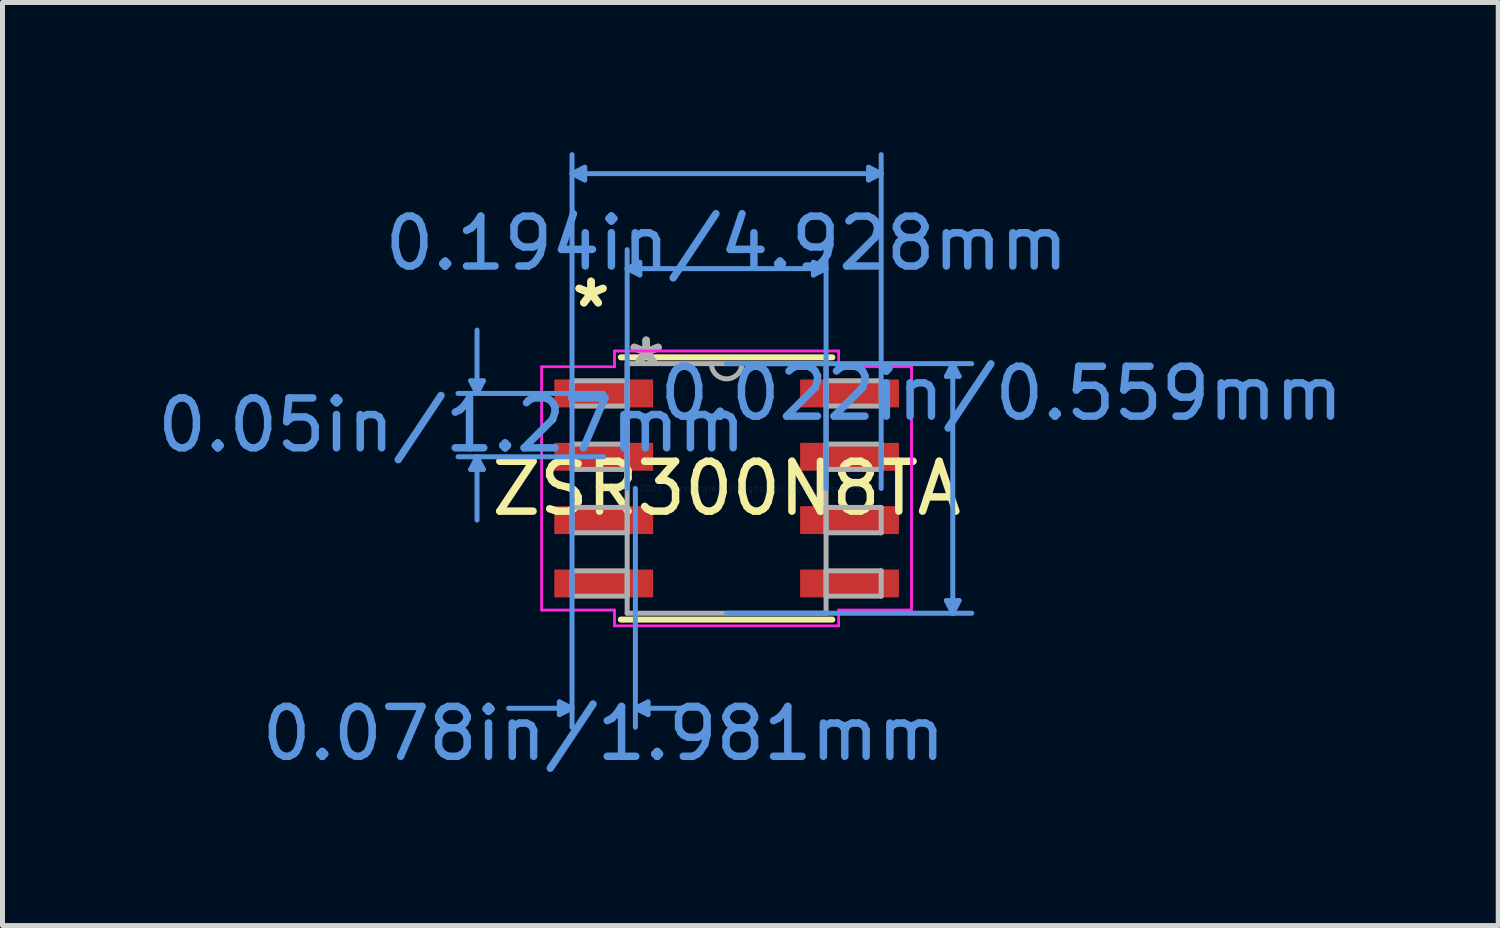
<source format=kicad_pcb>
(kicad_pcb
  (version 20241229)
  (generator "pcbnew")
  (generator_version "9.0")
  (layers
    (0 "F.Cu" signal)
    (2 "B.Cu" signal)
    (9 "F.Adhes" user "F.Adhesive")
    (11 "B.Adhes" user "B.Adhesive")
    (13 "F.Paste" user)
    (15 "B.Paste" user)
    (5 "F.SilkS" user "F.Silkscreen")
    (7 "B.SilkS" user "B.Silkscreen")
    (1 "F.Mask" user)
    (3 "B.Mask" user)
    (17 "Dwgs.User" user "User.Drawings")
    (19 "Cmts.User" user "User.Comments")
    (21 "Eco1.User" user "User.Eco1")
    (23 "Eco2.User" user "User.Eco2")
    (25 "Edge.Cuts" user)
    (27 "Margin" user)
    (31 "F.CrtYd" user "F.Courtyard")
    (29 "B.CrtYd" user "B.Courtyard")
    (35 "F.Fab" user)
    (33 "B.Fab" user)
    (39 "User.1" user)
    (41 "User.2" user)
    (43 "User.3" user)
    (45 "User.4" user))
  (footprint "ZSR300N8TA"
    (layer "F.Cu")
    (at 11.518 6.743)
    (property "Reference" "ZSR300N8TA" (at 0 0 0) (layer "F.SilkS") (effects (font (size 1 1) (thickness 0.15))))
    (attr through_hole)
    (fp_line (start -2.121 2.629) (end 2.121 2.629) (stroke (width 0.12) (type solid)) (layer "F.SilkS"))
    (fp_line (start 2.121 -2.629) (end -2.121 -2.629) (stroke (width 0.12) (type solid)) (layer "F.SilkS"))
    (fp_line (start -5.131 -2.159) (end -4.877 -2.159) (stroke (width 0.1) (type solid)) (layer "Cmts.User"))
    (fp_line (start -5.131 -0.381) (end -4.877 -0.381) (stroke (width 0.1) (type solid)) (layer "Cmts.User"))
    (fp_line (start -5.004 -1.905) (end -5.131 -2.159) (stroke (width 0.1) (type solid)) (layer "Cmts.User"))
    (fp_line (start -5.004 -1.905) (end -5.004 -3.175) (stroke (width 0.1) (type solid)) (layer "Cmts.User"))
    (fp_line (start -5.004 -1.905) (end -4.877 -2.159) (stroke (width 0.1) (type solid)) (layer "Cmts.User"))
    (fp_line (start -5.004 -0.635) (end -5.131 -0.381) (stroke (width 0.1) (type solid)) (layer "Cmts.User"))
    (fp_line (start -5.004 -0.635) (end -5.004 0.635) (stroke (width 0.1) (type solid)) (layer "Cmts.User"))
    (fp_line (start -5.004 -0.635) (end -4.877 -0.381) (stroke (width 0.1) (type solid)) (layer "Cmts.User"))
    (fp_line (start -3.353 4.28) (end -3.353 4.534) (stroke (width 0.1) (type solid)) (layer "Cmts.User"))
    (fp_line (start -3.099 -6.312) (end -2.845 -6.439) (stroke (width 0.1) (type solid)) (layer "Cmts.User"))
    (fp_line (start -3.099 -6.312) (end -2.845 -6.185) (stroke (width 0.1) (type solid)) (layer "Cmts.User"))
    (fp_line (start -3.099 -6.312) (end 3.099 -6.312) (stroke (width 0.1) (type solid)) (layer "Cmts.User"))
    (fp_line (start -3.099 0) (end -3.099 -6.693) (stroke (width 0.1) (type solid)) (layer "Cmts.User"))
    (fp_line (start -3.099 0) (end -3.099 4.788) (stroke (width 0.1) (type solid)) (layer "Cmts.User"))
    (fp_line (start -3.099 4.407) (end -4.369 4.407) (stroke (width 0.1) (type solid)) (layer "Cmts.User"))
    (fp_line (start -3.099 4.407) (end -3.353 4.28) (stroke (width 0.1) (type solid)) (layer "Cmts.User"))
    (fp_line (start -3.099 4.407) (end -3.353 4.534) (stroke (width 0.1) (type solid)) (layer "Cmts.User"))
    (fp_line (start -2.845 -6.439) (end -2.845 -6.185) (stroke (width 0.1) (type solid)) (layer "Cmts.User"))
    (fp_line (start -2.464 -1.905) (end -5.385 -1.905) (stroke (width 0.1) (type solid)) (layer "Cmts.User"))
    (fp_line (start -2.464 -0.635) (end -5.385 -0.635) (stroke (width 0.1) (type solid)) (layer "Cmts.User"))
    (fp_line (start -1.994 -4.407) (end -1.74 -4.534) (stroke (width 0.1) (type solid)) (layer "Cmts.User"))
    (fp_line (start -1.994 -4.407) (end -1.74 -4.28) (stroke (width 0.1) (type solid)) (layer "Cmts.User"))
    (fp_line (start -1.994 -4.407) (end 1.994 -4.407) (stroke (width 0.1) (type solid)) (layer "Cmts.User"))
    (fp_line (start -1.994 0) (end -1.994 -4.788) (stroke (width 0.1) (type solid)) (layer "Cmts.User"))
    (fp_line (start -1.829 0) (end -1.829 4.788) (stroke (width 0.1) (type solid)) (layer "Cmts.User"))
    (fp_line (start -1.829 4.407) (end -1.575 4.28) (stroke (width 0.1) (type solid)) (layer "Cmts.User"))
    (fp_line (start -1.829 4.407) (end -1.575 4.534) (stroke (width 0.1) (type solid)) (layer "Cmts.User"))
    (fp_line (start -1.829 4.407) (end -0.559 4.407) (stroke (width 0.1) (type solid)) (layer "Cmts.User"))
    (fp_line (start -1.74 -4.534) (end -1.74 -4.28) (stroke (width 0.1) (type solid)) (layer "Cmts.User"))
    (fp_line (start -1.575 4.28) (end -1.575 4.534) (stroke (width 0.1) (type solid)) (layer "Cmts.User"))
    (fp_line (start 0 -2.502) (end 4.915 -2.502) (stroke (width 0.1) (type solid)) (layer "Cmts.User"))
    (fp_line (start 0 2.502) (end 4.915 2.502) (stroke (width 0.1) (type solid)) (layer "Cmts.User"))
    (fp_line (start 1.74 -4.534) (end 1.74 -4.28) (stroke (width 0.1) (type solid)) (layer "Cmts.User"))
    (fp_line (start 1.994 -4.407) (end 1.74 -4.534) (stroke (width 0.1) (type solid)) (layer "Cmts.User"))
    (fp_line (start 1.994 -4.407) (end 1.74 -4.28) (stroke (width 0.1) (type solid)) (layer "Cmts.User"))
    (fp_line (start 1.994 0) (end 1.994 -4.788) (stroke (width 0.1) (type solid)) (layer "Cmts.User"))
    (fp_line (start 2.845 -6.439) (end 2.845 -6.185) (stroke (width 0.1) (type solid)) (layer "Cmts.User"))
    (fp_line (start 3.099 -6.312) (end 2.845 -6.439) (stroke (width 0.1) (type solid)) (layer "Cmts.User"))
    (fp_line (start 3.099 -6.312) (end 2.845 -6.185) (stroke (width 0.1) (type solid)) (layer "Cmts.User"))
    (fp_line (start 3.099 0) (end 3.099 -6.693) (stroke (width 0.1) (type solid)) (layer "Cmts.User"))
    (fp_line (start 4.407 -2.248) (end 4.661 -2.248) (stroke (width 0.1) (type solid)) (layer "Cmts.User"))
    (fp_line (start 4.407 2.248) (end 4.661 2.248) (stroke (width 0.1) (type solid)) (layer "Cmts.User"))
    (fp_line (start 4.534 -2.502) (end 4.407 -2.248) (stroke (width 0.1) (type solid)) (layer "Cmts.User"))
    (fp_line (start 4.534 -2.502) (end 4.534 2.502) (stroke (width 0.1) (type solid)) (layer "Cmts.User"))
    (fp_line (start 4.534 -2.502) (end 4.661 -2.248) (stroke (width 0.1) (type solid)) (layer "Cmts.User"))
    (fp_line (start 4.534 2.502) (end 4.407 2.248) (stroke (width 0.1) (type solid)) (layer "Cmts.User"))
    (fp_line (start 4.534 2.502) (end 4.661 2.248) (stroke (width 0.1) (type solid)) (layer "Cmts.User"))
    (fp_line (start -3.708 -2.438) (end -2.248 -2.438) (stroke (width 0.05) (type solid)) (layer "F.CrtYd"))
    (fp_line (start -3.708 -2.438) (end -2.248 -2.438) (stroke (width 0.05) (type solid)) (layer "F.CrtYd"))
    (fp_line (start -3.708 2.438) (end -3.708 -2.438) (stroke (width 0.05) (type solid)) (layer "F.CrtYd"))
    (fp_line (start -3.708 2.438) (end -3.708 -2.438) (stroke (width 0.05) (type solid)) (layer "F.CrtYd"))
    (fp_line (start -3.708 2.438) (end -2.248 2.438) (stroke (width 0.05) (type solid)) (layer "F.CrtYd"))
    (fp_line (start -2.248 -2.756) (end 2.248 -2.756) (stroke (width 0.05) (type solid)) (layer "F.CrtYd"))
    (fp_line (start -2.248 -2.756) (end 2.248 -2.756) (stroke (width 0.05) (type solid)) (layer "F.CrtYd"))
    (fp_line (start -2.248 -2.438) (end -2.248 -2.756) (stroke (width 0.05) (type solid)) (layer "F.CrtYd"))
    (fp_line (start -2.248 -2.438) (end -2.248 -2.756) (stroke (width 0.05) (type solid)) (layer "F.CrtYd"))
    (fp_line (start -2.248 2.438) (end -3.708 2.438) (stroke (width 0.05) (type solid)) (layer "F.CrtYd"))
    (fp_line (start -2.248 2.756) (end -2.248 2.438) (stroke (width 0.05) (type solid)) (layer "F.CrtYd"))
    (fp_line (start -2.248 2.756) (end -2.248 2.438) (stroke (width 0.05) (type solid)) (layer "F.CrtYd"))
    (fp_line (start 2.248 -2.756) (end 2.248 -2.438) (stroke (width 0.05) (type solid)) (layer "F.CrtYd"))
    (fp_line (start 2.248 -2.756) (end 2.248 -2.438) (stroke (width 0.05) (type solid)) (layer "F.CrtYd"))
    (fp_line (start 2.248 -2.438) (end 3.708 -2.438) (stroke (width 0.05) (type solid)) (layer "F.CrtYd"))
    (fp_line (start 2.248 2.438) (end 2.248 2.756) (stroke (width 0.05) (type solid)) (layer "F.CrtYd"))
    (fp_line (start 2.248 2.438) (end 2.248 2.756) (stroke (width 0.05) (type solid)) (layer "F.CrtYd"))
    (fp_line (start 2.248 2.756) (end -2.248 2.756) (stroke (width 0.05) (type solid)) (layer "F.CrtYd"))
    (fp_line (start 2.248 2.756) (end -2.248 2.756) (stroke (width 0.05) (type solid)) (layer "F.CrtYd"))
    (fp_line (start 3.708 -2.438) (end 2.248 -2.438) (stroke (width 0.05) (type solid)) (layer "F.CrtYd"))
    (fp_line (start 3.708 -2.438) (end 3.708 2.438) (stroke (width 0.05) (type solid)) (layer "F.CrtYd"))
    (fp_line (start 3.708 -2.438) (end 3.708 2.438) (stroke (width 0.05) (type solid)) (layer "F.CrtYd"))
    (fp_line (start 3.708 2.438) (end 2.248 2.438) (stroke (width 0.05) (type solid)) (layer "F.CrtYd"))
    (fp_line (start 3.708 2.438) (end 2.248 2.438) (stroke (width 0.05) (type solid)) (layer "F.CrtYd"))
    (fp_line (start -3.099 -2.159) (end -3.099 -1.651) (stroke (width 0.1) (type solid)) (layer "F.Fab"))
    (fp_line (start -3.099 -1.651) (end -1.994 -1.651) (stroke (width 0.1) (type solid)) (layer "F.Fab"))
    (fp_line (start -3.099 -0.889) (end -3.099 -0.381) (stroke (width 0.1) (type solid)) (layer "F.Fab"))
    (fp_line (start -3.099 -0.381) (end -1.994 -0.381) (stroke (width 0.1) (type solid)) (layer "F.Fab"))
    (fp_line (start -3.099 0.381) (end -3.099 0.889) (stroke (width 0.1) (type solid)) (layer "F.Fab"))
    (fp_line (start -3.099 0.889) (end -1.994 0.889) (stroke (width 0.1) (type solid)) (layer "F.Fab"))
    (fp_line (start -3.099 1.651) (end -3.099 2.159) (stroke (width 0.1) (type solid)) (layer "F.Fab"))
    (fp_line (start -3.099 2.159) (end -1.994 2.159) (stroke (width 0.1) (type solid)) (layer "F.Fab"))
    (fp_line (start -1.994 -2.502) (end -1.994 2.502) (stroke (width 0.1) (type solid)) (layer "F.Fab"))
    (fp_line (start -1.994 -2.159) (end -3.099 -2.159) (stroke (width 0.1) (type solid)) (layer "F.Fab"))
    (fp_line (start -1.994 -1.651) (end -1.994 -2.159) (stroke (width 0.1) (type solid)) (layer "F.Fab"))
    (fp_line (start -1.994 -0.889) (end -3.099 -0.889) (stroke (width 0.1) (type solid)) (layer "F.Fab"))
    (fp_line (start -1.994 -0.381) (end -1.994 -0.889) (stroke (width 0.1) (type solid)) (layer "F.Fab"))
    (fp_line (start -1.994 0.381) (end -3.099 0.381) (stroke (width 0.1) (type solid)) (layer "F.Fab"))
    (fp_line (start -1.994 0.889) (end -1.994 0.381) (stroke (width 0.1) (type solid)) (layer "F.Fab"))
    (fp_line (start -1.994 1.651) (end -3.099 1.651) (stroke (width 0.1) (type solid)) (layer "F.Fab"))
    (fp_line (start -1.994 2.159) (end -1.994 1.651) (stroke (width 0.1) (type solid)) (layer "F.Fab"))
    (fp_line (start -1.994 2.502) (end 1.994 2.502) (stroke (width 0.1) (type solid)) (layer "F.Fab"))
    (fp_line (start 1.994 -2.502) (end -1.994 -2.502) (stroke (width 0.1) (type solid)) (layer "F.Fab"))
    (fp_line (start 1.994 -2.159) (end 1.994 -1.651) (stroke (width 0.1) (type solid)) (layer "F.Fab"))
    (fp_line (start 1.994 -1.651) (end 3.099 -1.651) (stroke (width 0.1) (type solid)) (layer "F.Fab"))
    (fp_line (start 1.994 -0.889) (end 1.994 -0.381) (stroke (width 0.1) (type solid)) (layer "F.Fab"))
    (fp_line (start 1.994 -0.381) (end 3.099 -0.381) (stroke (width 0.1) (type solid)) (layer "F.Fab"))
    (fp_line (start 1.994 0.381) (end 1.994 0.889) (stroke (width 0.1) (type solid)) (layer "F.Fab"))
    (fp_line (start 1.994 0.889) (end 3.099 0.889) (stroke (width 0.1) (type solid)) (layer "F.Fab"))
    (fp_line (start 1.994 1.651) (end 1.994 2.159) (stroke (width 0.1) (type solid)) (layer "F.Fab"))
    (fp_line (start 1.994 2.159) (end 3.099 2.159) (stroke (width 0.1) (type solid)) (layer "F.Fab"))
    (fp_line (start 1.994 2.502) (end 1.994 -2.502) (stroke (width 0.1) (type solid)) (layer "F.Fab"))
    (fp_line (start 3.099 -2.159) (end 1.994 -2.159) (stroke (width 0.1) (type solid)) (layer "F.Fab"))
    (fp_line (start 3.099 -1.651) (end 3.099 -2.159) (stroke (width 0.1) (type solid)) (layer "F.Fab"))
    (fp_line (start 3.099 -0.889) (end 1.994 -0.889) (stroke (width 0.1) (type solid)) (layer "F.Fab"))
    (fp_line (start 3.099 -0.381) (end 3.099 -0.889) (stroke (width 0.1) (type solid)) (layer "F.Fab"))
    (fp_line (start 3.099 0.381) (end 1.994 0.381) (stroke (width 0.1) (type solid)) (layer "F.Fab"))
    (fp_line (start 3.099 0.889) (end 3.099 0.381) (stroke (width 0.1) (type solid)) (layer "F.Fab"))
    (fp_line (start 3.099 1.651) (end 1.994 1.651) (stroke (width 0.1) (type solid)) (layer "F.Fab"))
    (fp_line (start 3.099 2.159) (end 3.099 1.651) (stroke (width 0.1) (type solid)) (layer "F.Fab"))
    (fp_arc (start 0.3048 -2.5019) (mid 0 -2.1971) (end -0.3048 -2.5019) (stroke (width 0.1) (type solid)) (layer "F.Fab"))
    (fp_text user "*" (at -2.718 -3.607 0) (layer "F.SilkS") (effects (font (size 1 1) (thickness 0.15))))
    (fp_text user "*" (at -2.718 -3.607 0) (layer "F.SilkS") (effects (font (size 1 1) (thickness 0.15))))
    (fp_text user "0.022in/0.559mm" (at 5.512 -1.905 0) (layer "Cmts.User") (effects (font (size 1 1) (thickness 0.15))))
    (fp_text user "0.078in/1.981mm" (at -2.464 4.915 0) (layer "Cmts.User") (effects (font (size 1 1) (thickness 0.15))))
    (fp_text user "0.194in/4.928mm" (at 0 -4.915 0) (layer "Cmts.User") (effects (font (size 1 1) (thickness 0.15))))
    (fp_text user "0.05in/1.27mm" (at -5.512 -1.27 0) (layer "Cmts.User") (effects (font (size 1 1) (thickness 0.15))))
    (fp_text user "Copyright 2021 Accelerated Designs. All rights reserved." (at 0 0 0) (layer "Cmts.User") (effects (font (size 0.127 0.127) (thickness 0.002))))
    (fp_text user "*" (at -1.613 -2.426 0) (layer "F.Fab") (effects (font (size 1 1) (thickness 0.15))))
    (fp_text user "*" (at -1.613 -2.426 0) (layer "F.Fab") (effects (font (size 1 1) (thickness 0.15))))
    (pad "1" smd rect (at -2.464 -1.905) (size 1.981 0.559) (layers "F.Cu" "F.Mask" "F.Paste"))
    (pad "2" smd rect (at -2.464 -0.635) (size 1.981 0.559) (layers "F.Cu" "F.Mask" "F.Paste"))
    (pad "3" smd rect (at -2.464 0.635) (size 1.981 0.559) (layers "F.Cu" "F.Mask" "F.Paste"))
    (pad "4" smd rect (at -2.464 1.905) (size 1.981 0.559) (layers "F.Cu" "F.Mask" "F.Paste"))
    (pad "5" smd rect (at 2.464 1.905) (size 1.981 0.559) (layers "F.Cu" "F.Mask" "F.Paste"))
    (pad "6" smd rect (at 2.464 0.635) (size 1.981 0.559) (layers "F.Cu" "F.Mask" "F.Paste"))
    (pad "7" smd rect (at 2.464 -0.635) (size 1.981 0.559) (layers "F.Cu" "F.Mask" "F.Paste"))
    (pad "8" smd rect (at 2.464 -1.905) (size 1.981 0.559) (layers "F.Cu" "F.Mask" "F.Paste")))
  (gr_rect
    (start -3 -3)
    (end 26.988 15.506)
    (stroke (width 0.1) (type default))
    (fill no)
    (layer "Edge.Cuts")))
</source>
